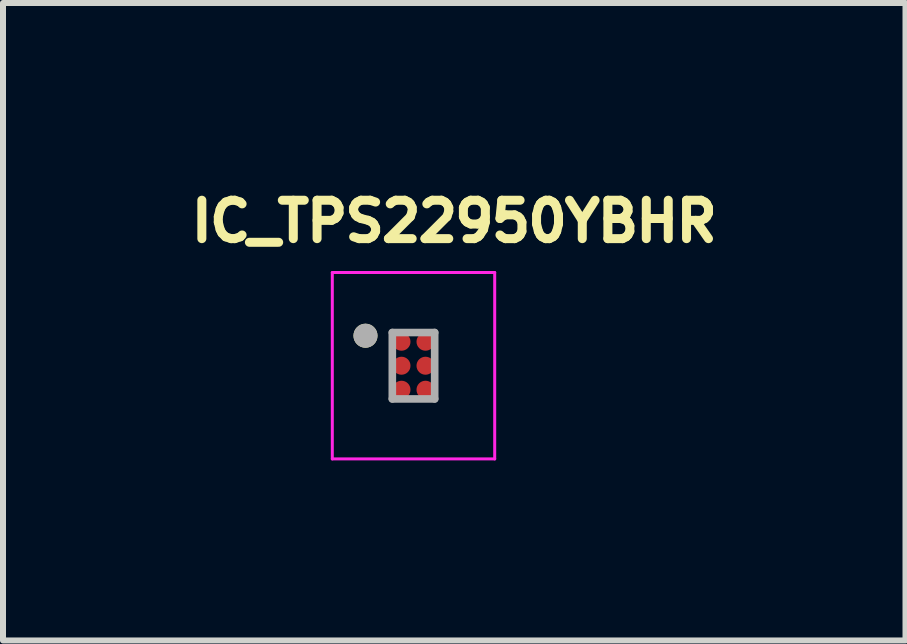
<source format=kicad_pcb>
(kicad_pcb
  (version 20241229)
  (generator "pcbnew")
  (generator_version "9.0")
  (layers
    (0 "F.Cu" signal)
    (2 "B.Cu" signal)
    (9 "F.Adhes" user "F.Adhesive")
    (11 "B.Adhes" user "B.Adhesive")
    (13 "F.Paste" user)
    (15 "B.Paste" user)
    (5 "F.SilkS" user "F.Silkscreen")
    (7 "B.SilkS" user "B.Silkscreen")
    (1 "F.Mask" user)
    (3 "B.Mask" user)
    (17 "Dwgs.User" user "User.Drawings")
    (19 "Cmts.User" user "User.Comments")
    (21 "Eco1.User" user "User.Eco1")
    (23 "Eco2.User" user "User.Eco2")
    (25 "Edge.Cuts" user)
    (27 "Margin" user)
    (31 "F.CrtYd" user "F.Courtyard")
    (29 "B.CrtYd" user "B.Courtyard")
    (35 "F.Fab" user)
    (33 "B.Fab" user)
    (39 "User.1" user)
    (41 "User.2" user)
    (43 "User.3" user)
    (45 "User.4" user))
  (footprint "IC_TPS22950YBHR"
    (layer "F.Cu")
    (at 3.84 3.044)
    (property "Reference" "IC_TPS22950YBHR" (at 0.679 -2.406 0) (layer "F.SilkS") (effects (font (size 0.64 0.64) (thickness 0.15))))
    (attr smd)
    (fp_circle (center -0.2 -0.4) (end -0.15 -0.4) (stroke (width 0.1) (type solid)) (fill no) (layer "F.Mask"))
    (fp_circle (center -0.2 0) (end -0.15 0) (stroke (width 0.1) (type solid)) (fill no) (layer "F.Mask"))
    (fp_circle (center -0.2 0.4) (end -0.15 0.4) (stroke (width 0.1) (type solid)) (fill no) (layer "F.Mask"))
    (fp_circle (center 0.2 -0.4) (end 0.25 -0.4) (stroke (width 0.1) (type solid)) (fill no) (layer "F.Mask"))
    (fp_circle (center 0.2 0) (end 0.25 0) (stroke (width 0.1) (type solid)) (fill no) (layer "F.Mask"))
    (fp_circle (center 0.2 0.4) (end 0.25 0.4) (stroke (width 0.1) (type solid)) (fill no) (layer "F.Mask"))
    (fp_circle (center -0.8 -0.5) (end -0.7 -0.5) (stroke (width 0.2) (type solid)) (fill no) (layer "F.SilkS"))
    (fp_poly (pts (xy -0.305 -0.455) (xy -0.305 -0.345) (xy -0.305 -0.342) (xy -0.305 -0.34) (xy -0.304 -0.337) (xy -0.304 -0.335) (xy -0.303 -0.332) (xy -0.303 -0.33) (xy -0.302 -0.327) (xy -0.301 -0.325) (xy -0.3 -0.322) (xy -0.298 -0.32) (xy -0.297 -0.318) (xy -0.295 -0.316) (xy -0.294 -0.314) (xy -0.292 -0.312) (xy -0.29 -0.31) (xy -0.288 -0.308) (xy -0.286 -0.306) (xy -0.284 -0.305) (xy -0.282 -0.303) (xy -0.28 -0.302) (xy -0.278 -0.3) (xy -0.275 -0.299) (xy -0.273 -0.298) (xy -0.27 -0.297) (xy -0.268 -0.297) (xy -0.265 -0.296) (xy -0.263 -0.296) (xy -0.26 -0.295) (xy -0.258 -0.295) (xy -0.255 -0.295) (xy -0.145 -0.295) (xy -0.142 -0.295) (xy -0.14 -0.295) (xy -0.137 -0.296) (xy -0.135 -0.296) (xy -0.132 -0.297) (xy -0.13 -0.297) (xy -0.127 -0.298) (xy -0.125 -0.299) (xy -0.122 -0.3) (xy -0.12 -0.302) (xy -0.118 -0.303) (xy -0.116 -0.305) (xy -0.114 -0.306) (xy -0.112 -0.308) (xy -0.11 -0.31) (xy -0.108 -0.312) (xy -0.106 -0.314) (xy -0.105 -0.316) (xy -0.103 -0.318) (xy -0.102 -0.32) (xy -0.1 -0.322) (xy -0.099 -0.325) (xy -0.098 -0.327) (xy -0.097 -0.33) (xy -0.097 -0.332) (xy -0.096 -0.335) (xy -0.096 -0.337) (xy -0.095 -0.34) (xy -0.095 -0.342) (xy -0.095 -0.345) (xy -0.095 -0.455) (xy -0.095 -0.458) (xy -0.095 -0.46) (xy -0.096 -0.463) (xy -0.096 -0.465) (xy -0.097 -0.468) (xy -0.097 -0.47) (xy -0.098 -0.473) (xy -0.099 -0.475) (xy -0.1 -0.478) (xy -0.102 -0.48) (xy -0.103 -0.482) (xy -0.105 -0.484) (xy -0.106 -0.486) (xy -0.108 -0.488) (xy -0.11 -0.49) (xy -0.112 -0.492) (xy -0.114 -0.494) (xy -0.116 -0.495) (xy -0.118 -0.497) (xy -0.12 -0.498) (xy -0.122 -0.5) (xy -0.125 -0.501) (xy -0.127 -0.502) (xy -0.13 -0.503) (xy -0.132 -0.503) (xy -0.135 -0.504) (xy -0.137 -0.504) (xy -0.14 -0.505) (xy -0.142 -0.505) (xy -0.145 -0.505) (xy -0.255 -0.505) (xy -0.258 -0.505) (xy -0.26 -0.505) (xy -0.263 -0.504) (xy -0.265 -0.504) (xy -0.268 -0.503) (xy -0.27 -0.503) (xy -0.273 -0.502) (xy -0.275 -0.501) (xy -0.278 -0.5) (xy -0.28 -0.498) (xy -0.282 -0.497) (xy -0.284 -0.495) (xy -0.286 -0.494) (xy -0.288 -0.492) (xy -0.29 -0.49) (xy -0.292 -0.488) (xy -0.294 -0.486) (xy -0.295 -0.484) (xy -0.297 -0.482) (xy -0.298 -0.48) (xy -0.3 -0.478) (xy -0.301 -0.475) (xy -0.302 -0.473) (xy -0.303 -0.47) (xy -0.303 -0.468) (xy -0.304 -0.465) (xy -0.304 -0.463) (xy -0.305 -0.46) (xy -0.305 -0.458) (xy -0.305 -0.455)) (stroke (width 0.01) (type solid)) (fill yes) (layer "F.Paste"))
    (fp_poly (pts (xy -0.305 -0.055) (xy -0.305 0.055) (xy -0.305 0.058) (xy -0.305 0.06) (xy -0.304 0.063) (xy -0.304 0.065) (xy -0.303 0.068) (xy -0.303 0.07) (xy -0.302 0.073) (xy -0.301 0.075) (xy -0.3 0.078) (xy -0.298 0.08) (xy -0.297 0.082) (xy -0.295 0.084) (xy -0.294 0.086) (xy -0.292 0.088) (xy -0.29 0.09) (xy -0.288 0.092) (xy -0.286 0.094) (xy -0.284 0.095) (xy -0.282 0.097) (xy -0.28 0.098) (xy -0.278 0.1) (xy -0.275 0.101) (xy -0.273 0.102) (xy -0.27 0.103) (xy -0.268 0.103) (xy -0.265 0.104) (xy -0.263 0.104) (xy -0.26 0.105) (xy -0.258 0.105) (xy -0.255 0.105) (xy -0.145 0.105) (xy -0.142 0.105) (xy -0.14 0.105) (xy -0.137 0.104) (xy -0.135 0.104) (xy -0.132 0.103) (xy -0.13 0.103) (xy -0.127 0.102) (xy -0.125 0.101) (xy -0.122 0.1) (xy -0.12 0.098) (xy -0.118 0.097) (xy -0.116 0.095) (xy -0.114 0.094) (xy -0.112 0.092) (xy -0.11 0.09) (xy -0.108 0.088) (xy -0.106 0.086) (xy -0.105 0.084) (xy -0.103 0.082) (xy -0.102 0.08) (xy -0.1 0.078) (xy -0.099 0.075) (xy -0.098 0.073) (xy -0.097 0.07) (xy -0.097 0.068) (xy -0.096 0.065) (xy -0.096 0.063) (xy -0.095 0.06) (xy -0.095 0.058) (xy -0.095 0.055) (xy -0.095 -0.055) (xy -0.095 -0.058) (xy -0.095 -0.06) (xy -0.096 -0.063) (xy -0.096 -0.065) (xy -0.097 -0.068) (xy -0.097 -0.07) (xy -0.098 -0.073) (xy -0.099 -0.075) (xy -0.1 -0.078) (xy -0.102 -0.08) (xy -0.103 -0.082) (xy -0.105 -0.084) (xy -0.106 -0.086) (xy -0.108 -0.088) (xy -0.11 -0.09) (xy -0.112 -0.092) (xy -0.114 -0.094) (xy -0.116 -0.095) (xy -0.118 -0.097) (xy -0.12 -0.098) (xy -0.122 -0.1) (xy -0.125 -0.101) (xy -0.127 -0.102) (xy -0.13 -0.103) (xy -0.132 -0.103) (xy -0.135 -0.104) (xy -0.137 -0.104) (xy -0.14 -0.105) (xy -0.142 -0.105) (xy -0.145 -0.105) (xy -0.255 -0.105) (xy -0.258 -0.105) (xy -0.26 -0.105) (xy -0.263 -0.104) (xy -0.265 -0.104) (xy -0.268 -0.103) (xy -0.27 -0.103) (xy -0.273 -0.102) (xy -0.275 -0.101) (xy -0.278 -0.1) (xy -0.28 -0.098) (xy -0.282 -0.097) (xy -0.284 -0.095) (xy -0.286 -0.094) (xy -0.288 -0.092) (xy -0.29 -0.09) (xy -0.292 -0.088) (xy -0.294 -0.086) (xy -0.295 -0.084) (xy -0.297 -0.082) (xy -0.298 -0.08) (xy -0.3 -0.078) (xy -0.301 -0.075) (xy -0.302 -0.073) (xy -0.303 -0.07) (xy -0.303 -0.068) (xy -0.304 -0.065) (xy -0.304 -0.063) (xy -0.305 -0.06) (xy -0.305 -0.058) (xy -0.305 -0.055)) (stroke (width 0.01) (type solid)) (fill yes) (layer "F.Paste"))
    (fp_poly (pts (xy -0.305 0.345) (xy -0.305 0.455) (xy -0.305 0.458) (xy -0.305 0.46) (xy -0.304 0.463) (xy -0.304 0.465) (xy -0.303 0.468) (xy -0.303 0.47) (xy -0.302 0.473) (xy -0.301 0.475) (xy -0.3 0.478) (xy -0.298 0.48) (xy -0.297 0.482) (xy -0.295 0.484) (xy -0.294 0.486) (xy -0.292 0.488) (xy -0.29 0.49) (xy -0.288 0.492) (xy -0.286 0.494) (xy -0.284 0.495) (xy -0.282 0.497) (xy -0.28 0.498) (xy -0.278 0.5) (xy -0.275 0.501) (xy -0.273 0.502) (xy -0.27 0.503) (xy -0.268 0.503) (xy -0.265 0.504) (xy -0.263 0.504) (xy -0.26 0.505) (xy -0.258 0.505) (xy -0.255 0.505) (xy -0.145 0.505) (xy -0.142 0.505) (xy -0.14 0.505) (xy -0.137 0.504) (xy -0.135 0.504) (xy -0.132 0.503) (xy -0.13 0.503) (xy -0.127 0.502) (xy -0.125 0.501) (xy -0.122 0.5) (xy -0.12 0.498) (xy -0.118 0.497) (xy -0.116 0.495) (xy -0.114 0.494) (xy -0.112 0.492) (xy -0.11 0.49) (xy -0.108 0.488) (xy -0.106 0.486) (xy -0.105 0.484) (xy -0.103 0.482) (xy -0.102 0.48) (xy -0.1 0.478) (xy -0.099 0.475) (xy -0.098 0.473) (xy -0.097 0.47) (xy -0.097 0.468) (xy -0.096 0.465) (xy -0.096 0.463) (xy -0.095 0.46) (xy -0.095 0.458) (xy -0.095 0.455) (xy -0.095 0.345) (xy -0.095 0.342) (xy -0.095 0.34) (xy -0.096 0.337) (xy -0.096 0.335) (xy -0.097 0.332) (xy -0.097 0.33) (xy -0.098 0.327) (xy -0.099 0.325) (xy -0.1 0.322) (xy -0.102 0.32) (xy -0.103 0.318) (xy -0.105 0.316) (xy -0.106 0.314) (xy -0.108 0.312) (xy -0.11 0.31) (xy -0.112 0.308) (xy -0.114 0.306) (xy -0.116 0.305) (xy -0.118 0.303) (xy -0.12 0.302) (xy -0.122 0.3) (xy -0.125 0.299) (xy -0.127 0.298) (xy -0.13 0.297) (xy -0.132 0.297) (xy -0.135 0.296) (xy -0.137 0.296) (xy -0.14 0.295) (xy -0.142 0.295) (xy -0.145 0.295) (xy -0.255 0.295) (xy -0.258 0.295) (xy -0.26 0.295) (xy -0.263 0.296) (xy -0.265 0.296) (xy -0.268 0.297) (xy -0.27 0.297) (xy -0.273 0.298) (xy -0.275 0.299) (xy -0.278 0.3) (xy -0.28 0.302) (xy -0.282 0.303) (xy -0.284 0.305) (xy -0.286 0.306) (xy -0.288 0.308) (xy -0.29 0.31) (xy -0.292 0.312) (xy -0.294 0.314) (xy -0.295 0.316) (xy -0.297 0.318) (xy -0.298 0.32) (xy -0.3 0.322) (xy -0.301 0.325) (xy -0.302 0.327) (xy -0.303 0.33) (xy -0.303 0.332) (xy -0.304 0.335) (xy -0.304 0.337) (xy -0.305 0.34) (xy -0.305 0.342) (xy -0.305 0.345)) (stroke (width 0.01) (type solid)) (fill yes) (layer "F.Paste"))
    (fp_poly (pts (xy 0.095 -0.455) (xy 0.095 -0.345) (xy 0.095 -0.342) (xy 0.095 -0.34) (xy 0.096 -0.337) (xy 0.096 -0.335) (xy 0.097 -0.332) (xy 0.097 -0.33) (xy 0.098 -0.327) (xy 0.099 -0.325) (xy 0.1 -0.322) (xy 0.102 -0.32) (xy 0.103 -0.318) (xy 0.105 -0.316) (xy 0.106 -0.314) (xy 0.108 -0.312) (xy 0.11 -0.31) (xy 0.112 -0.308) (xy 0.114 -0.306) (xy 0.116 -0.305) (xy 0.118 -0.303) (xy 0.12 -0.302) (xy 0.122 -0.3) (xy 0.125 -0.299) (xy 0.127 -0.298) (xy 0.13 -0.297) (xy 0.132 -0.297) (xy 0.135 -0.296) (xy 0.137 -0.296) (xy 0.14 -0.295) (xy 0.142 -0.295) (xy 0.145 -0.295) (xy 0.255 -0.295) (xy 0.258 -0.295) (xy 0.26 -0.295) (xy 0.263 -0.296) (xy 0.265 -0.296) (xy 0.268 -0.297) (xy 0.27 -0.297) (xy 0.273 -0.298) (xy 0.275 -0.299) (xy 0.278 -0.3) (xy 0.28 -0.302) (xy 0.282 -0.303) (xy 0.284 -0.305) (xy 0.286 -0.306) (xy 0.288 -0.308) (xy 0.29 -0.31) (xy 0.292 -0.312) (xy 0.294 -0.314) (xy 0.295 -0.316) (xy 0.297 -0.318) (xy 0.298 -0.32) (xy 0.3 -0.322) (xy 0.301 -0.325) (xy 0.302 -0.327) (xy 0.303 -0.33) (xy 0.303 -0.332) (xy 0.304 -0.335) (xy 0.304 -0.337) (xy 0.305 -0.34) (xy 0.305 -0.342) (xy 0.305 -0.345) (xy 0.305 -0.455) (xy 0.305 -0.458) (xy 0.305 -0.46) (xy 0.304 -0.463) (xy 0.304 -0.465) (xy 0.303 -0.468) (xy 0.303 -0.47) (xy 0.302 -0.473) (xy 0.301 -0.475) (xy 0.3 -0.478) (xy 0.298 -0.48) (xy 0.297 -0.482) (xy 0.295 -0.484) (xy 0.294 -0.486) (xy 0.292 -0.488) (xy 0.29 -0.49) (xy 0.288 -0.492) (xy 0.286 -0.494) (xy 0.284 -0.495) (xy 0.282 -0.497) (xy 0.28 -0.498) (xy 0.278 -0.5) (xy 0.275 -0.501) (xy 0.273 -0.502) (xy 0.27 -0.503) (xy 0.268 -0.503) (xy 0.265 -0.504) (xy 0.263 -0.504) (xy 0.26 -0.505) (xy 0.258 -0.505) (xy 0.255 -0.505) (xy 0.145 -0.505) (xy 0.142 -0.505) (xy 0.14 -0.505) (xy 0.137 -0.504) (xy 0.135 -0.504) (xy 0.132 -0.503) (xy 0.13 -0.503) (xy 0.127 -0.502) (xy 0.125 -0.501) (xy 0.122 -0.5) (xy 0.12 -0.498) (xy 0.118 -0.497) (xy 0.116 -0.495) (xy 0.114 -0.494) (xy 0.112 -0.492) (xy 0.11 -0.49) (xy 0.108 -0.488) (xy 0.106 -0.486) (xy 0.105 -0.484) (xy 0.103 -0.482) (xy 0.102 -0.48) (xy 0.1 -0.478) (xy 0.099 -0.475) (xy 0.098 -0.473) (xy 0.097 -0.47) (xy 0.097 -0.468) (xy 0.096 -0.465) (xy 0.096 -0.463) (xy 0.095 -0.46) (xy 0.095 -0.458) (xy 0.095 -0.455)) (stroke (width 0.01) (type solid)) (fill yes) (layer "F.Paste"))
    (fp_poly (pts (xy 0.095 -0.055) (xy 0.095 0.055) (xy 0.095 0.058) (xy 0.095 0.06) (xy 0.096 0.063) (xy 0.096 0.065) (xy 0.097 0.068) (xy 0.097 0.07) (xy 0.098 0.073) (xy 0.099 0.075) (xy 0.1 0.078) (xy 0.102 0.08) (xy 0.103 0.082) (xy 0.105 0.084) (xy 0.106 0.086) (xy 0.108 0.088) (xy 0.11 0.09) (xy 0.112 0.092) (xy 0.114 0.094) (xy 0.116 0.095) (xy 0.118 0.097) (xy 0.12 0.098) (xy 0.122 0.1) (xy 0.125 0.101) (xy 0.127 0.102) (xy 0.13 0.103) (xy 0.132 0.103) (xy 0.135 0.104) (xy 0.137 0.104) (xy 0.14 0.105) (xy 0.142 0.105) (xy 0.145 0.105) (xy 0.255 0.105) (xy 0.258 0.105) (xy 0.26 0.105) (xy 0.263 0.104) (xy 0.265 0.104) (xy 0.268 0.103) (xy 0.27 0.103) (xy 0.273 0.102) (xy 0.275 0.101) (xy 0.278 0.1) (xy 0.28 0.098) (xy 0.282 0.097) (xy 0.284 0.095) (xy 0.286 0.094) (xy 0.288 0.092) (xy 0.29 0.09) (xy 0.292 0.088) (xy 0.294 0.086) (xy 0.295 0.084) (xy 0.297 0.082) (xy 0.298 0.08) (xy 0.3 0.078) (xy 0.301 0.075) (xy 0.302 0.073) (xy 0.303 0.07) (xy 0.303 0.068) (xy 0.304 0.065) (xy 0.304 0.063) (xy 0.305 0.06) (xy 0.305 0.058) (xy 0.305 0.055) (xy 0.305 -0.055) (xy 0.305 -0.058) (xy 0.305 -0.06) (xy 0.304 -0.063) (xy 0.304 -0.065) (xy 0.303 -0.068) (xy 0.303 -0.07) (xy 0.302 -0.073) (xy 0.301 -0.075) (xy 0.3 -0.078) (xy 0.298 -0.08) (xy 0.297 -0.082) (xy 0.295 -0.084) (xy 0.294 -0.086) (xy 0.292 -0.088) (xy 0.29 -0.09) (xy 0.288 -0.092) (xy 0.286 -0.094) (xy 0.284 -0.095) (xy 0.282 -0.097) (xy 0.28 -0.098) (xy 0.278 -0.1) (xy 0.275 -0.101) (xy 0.273 -0.102) (xy 0.27 -0.103) (xy 0.268 -0.103) (xy 0.265 -0.104) (xy 0.263 -0.104) (xy 0.26 -0.105) (xy 0.258 -0.105) (xy 0.255 -0.105) (xy 0.145 -0.105) (xy 0.142 -0.105) (xy 0.14 -0.105) (xy 0.137 -0.104) (xy 0.135 -0.104) (xy 0.132 -0.103) (xy 0.13 -0.103) (xy 0.127 -0.102) (xy 0.125 -0.101) (xy 0.122 -0.1) (xy 0.12 -0.098) (xy 0.118 -0.097) (xy 0.116 -0.095) (xy 0.114 -0.094) (xy 0.112 -0.092) (xy 0.11 -0.09) (xy 0.108 -0.088) (xy 0.106 -0.086) (xy 0.105 -0.084) (xy 0.103 -0.082) (xy 0.102 -0.08) (xy 0.1 -0.078) (xy 0.099 -0.075) (xy 0.098 -0.073) (xy 0.097 -0.07) (xy 0.097 -0.068) (xy 0.096 -0.065) (xy 0.096 -0.063) (xy 0.095 -0.06) (xy 0.095 -0.058) (xy 0.095 -0.055)) (stroke (width 0.01) (type solid)) (fill yes) (layer "F.Paste"))
    (fp_poly (pts (xy 0.095 0.345) (xy 0.095 0.455) (xy 0.095 0.458) (xy 0.095 0.46) (xy 0.096 0.463) (xy 0.096 0.465) (xy 0.097 0.468) (xy 0.097 0.47) (xy 0.098 0.473) (xy 0.099 0.475) (xy 0.1 0.478) (xy 0.102 0.48) (xy 0.103 0.482) (xy 0.105 0.484) (xy 0.106 0.486) (xy 0.108 0.488) (xy 0.11 0.49) (xy 0.112 0.492) (xy 0.114 0.494) (xy 0.116 0.495) (xy 0.118 0.497) (xy 0.12 0.498) (xy 0.122 0.5) (xy 0.125 0.501) (xy 0.127 0.502) (xy 0.13 0.503) (xy 0.132 0.503) (xy 0.135 0.504) (xy 0.137 0.504) (xy 0.14 0.505) (xy 0.142 0.505) (xy 0.145 0.505) (xy 0.255 0.505) (xy 0.258 0.505) (xy 0.26 0.505) (xy 0.263 0.504) (xy 0.265 0.504) (xy 0.268 0.503) (xy 0.27 0.503) (xy 0.273 0.502) (xy 0.275 0.501) (xy 0.278 0.5) (xy 0.28 0.498) (xy 0.282 0.497) (xy 0.284 0.495) (xy 0.286 0.494) (xy 0.288 0.492) (xy 0.29 0.49) (xy 0.292 0.488) (xy 0.294 0.486) (xy 0.295 0.484) (xy 0.297 0.482) (xy 0.298 0.48) (xy 0.3 0.478) (xy 0.301 0.475) (xy 0.302 0.473) (xy 0.303 0.47) (xy 0.303 0.468) (xy 0.304 0.465) (xy 0.304 0.463) (xy 0.305 0.46) (xy 0.305 0.458) (xy 0.305 0.455) (xy 0.305 0.345) (xy 0.305 0.342) (xy 0.305 0.34) (xy 0.304 0.337) (xy 0.304 0.335) (xy 0.303 0.332) (xy 0.303 0.33) (xy 0.302 0.327) (xy 0.301 0.325) (xy 0.3 0.322) (xy 0.298 0.32) (xy 0.297 0.318) (xy 0.295 0.316) (xy 0.294 0.314) (xy 0.292 0.312) (xy 0.29 0.31) (xy 0.288 0.308) (xy 0.286 0.306) (xy 0.284 0.305) (xy 0.282 0.303) (xy 0.28 0.302) (xy 0.278 0.3) (xy 0.275 0.299) (xy 0.273 0.298) (xy 0.27 0.297) (xy 0.268 0.297) (xy 0.265 0.296) (xy 0.263 0.296) (xy 0.26 0.295) (xy 0.258 0.295) (xy 0.255 0.295) (xy 0.145 0.295) (xy 0.142 0.295) (xy 0.14 0.295) (xy 0.137 0.296) (xy 0.135 0.296) (xy 0.132 0.297) (xy 0.13 0.297) (xy 0.127 0.298) (xy 0.125 0.299) (xy 0.122 0.3) (xy 0.12 0.302) (xy 0.118 0.303) (xy 0.116 0.305) (xy 0.114 0.306) (xy 0.112 0.308) (xy 0.11 0.31) (xy 0.108 0.312) (xy 0.106 0.314) (xy 0.105 0.316) (xy 0.103 0.318) (xy 0.102 0.32) (xy 0.1 0.322) (xy 0.099 0.325) (xy 0.098 0.327) (xy 0.097 0.33) (xy 0.097 0.332) (xy 0.096 0.335) (xy 0.096 0.337) (xy 0.095 0.34) (xy 0.095 0.342) (xy 0.095 0.345)) (stroke (width 0.01) (type solid)) (fill yes) (layer "F.Paste"))
    (fp_line (start -1.353 -1.553) (end -1.353 1.553) (stroke (width 0.05) (type solid)) (layer "F.CrtYd"))
    (fp_line (start -1.353 1.553) (end 1.353 1.553) (stroke (width 0.05) (type solid)) (layer "F.CrtYd"))
    (fp_line (start 1.353 -1.553) (end -1.353 -1.553) (stroke (width 0.05) (type solid)) (layer "F.CrtYd"))
    (fp_line (start 1.353 1.553) (end 1.353 -1.553) (stroke (width 0.05) (type solid)) (layer "F.CrtYd"))
    (fp_line (start -0.353 -0.553) (end -0.353 0.553) (stroke (width 0.127) (type solid)) (layer "F.Fab"))
    (fp_line (start -0.353 0.553) (end 0.353 0.553) (stroke (width 0.127) (type solid)) (layer "F.Fab"))
    (fp_line (start 0.353 -0.553) (end -0.353 -0.553) (stroke (width 0.127) (type solid)) (layer "F.Fab"))
    (fp_line (start 0.353 0.553) (end 0.353 -0.553) (stroke (width 0.127) (type solid)) (layer "F.Fab"))
    (fp_circle (center -0.8 -0.5) (end -0.7 -0.5) (stroke (width 0.2) (type solid)) (fill no) (layer "F.Fab"))
    (pad "A1" smd circle (at -0.2 -0.4) (size 0.3 0.3) (layers "F.Cu"))
    (pad "A2" smd circle (at 0.2 -0.4) (size 0.3 0.3) (layers "F.Cu"))
    (pad "B1" smd circle (at -0.2 0) (size 0.3 0.3) (layers "F.Cu"))
    (pad "B2" smd circle (at 0.2 0) (size 0.3 0.3) (layers "F.Cu"))
    (pad "C1" smd circle (at -0.2 0.4) (size 0.3 0.3) (layers "F.Cu"))
    (pad "C2" smd circle (at 0.2 0.4) (size 0.3 0.3) (layers "F.Cu")))
  (gr_rect
    (start -3 -3)
    (end 12.038 7.622)
    (stroke (width 0.1) (type default))
    (fill no)
    (layer "Edge.Cuts")))
</source>
